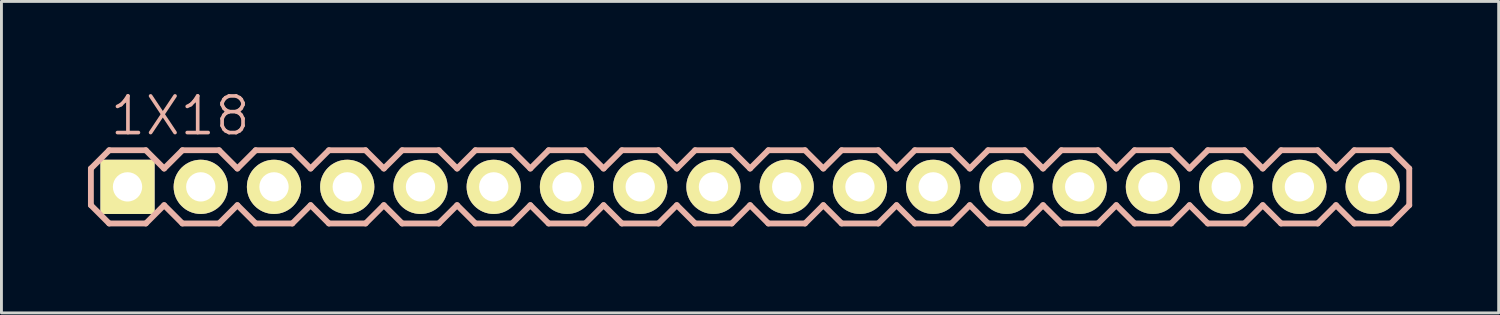
<source format=kicad_pcb>
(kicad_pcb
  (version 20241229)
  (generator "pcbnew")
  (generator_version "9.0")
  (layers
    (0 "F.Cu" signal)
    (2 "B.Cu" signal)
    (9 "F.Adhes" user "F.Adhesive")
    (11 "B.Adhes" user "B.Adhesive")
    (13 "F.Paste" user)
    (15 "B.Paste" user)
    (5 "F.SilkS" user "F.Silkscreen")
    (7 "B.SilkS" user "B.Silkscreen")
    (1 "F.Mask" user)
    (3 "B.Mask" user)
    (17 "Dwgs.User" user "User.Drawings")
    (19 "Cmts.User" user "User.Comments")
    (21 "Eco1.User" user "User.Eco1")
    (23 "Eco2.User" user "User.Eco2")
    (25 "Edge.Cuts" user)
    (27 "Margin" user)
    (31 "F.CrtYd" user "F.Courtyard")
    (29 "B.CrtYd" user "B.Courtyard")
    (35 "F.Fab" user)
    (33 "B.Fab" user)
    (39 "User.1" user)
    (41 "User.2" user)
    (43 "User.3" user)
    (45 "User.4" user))
  (footprint "1X18"
    (layer "F.Cu")
    (at 1.372 3.43)
    (property "Reference" "1X18" (at 1.829 -2.464 0) (layer "B.SilkS") (effects (font (size 1.27 1.27) (thickness 0.127))))
    (attr exclude_from_pos_files exclude_from_bom)
    (fp_line (start -0.254 -0.254) (end 0.254 -0.254) (stroke (width 0.066) (type solid)) (layer "F.SilkS"))
    (fp_line (start -0.254 0.254) (end -0.254 -0.254) (stroke (width 0.066) (type solid)) (layer "F.SilkS"))
    (fp_line (start -0.254 0.254) (end 0.254 0.254) (stroke (width 0.066) (type solid)) (layer "F.SilkS"))
    (fp_line (start 0.254 0.254) (end 0.254 -0.254) (stroke (width 0.066) (type solid)) (layer "F.SilkS"))
    (fp_line (start 2.286 -0.254) (end 2.794 -0.254) (stroke (width 0.066) (type solid)) (layer "F.SilkS"))
    (fp_line (start 2.286 0.254) (end 2.286 -0.254) (stroke (width 0.066) (type solid)) (layer "F.SilkS"))
    (fp_line (start 2.286 0.254) (end 2.794 0.254) (stroke (width 0.066) (type solid)) (layer "F.SilkS"))
    (fp_line (start 2.794 0.254) (end 2.794 -0.254) (stroke (width 0.066) (type solid)) (layer "F.SilkS"))
    (fp_line (start 4.826 -0.254) (end 5.334 -0.254) (stroke (width 0.066) (type solid)) (layer "F.SilkS"))
    (fp_line (start 4.826 0.254) (end 4.826 -0.254) (stroke (width 0.066) (type solid)) (layer "F.SilkS"))
    (fp_line (start 4.826 0.254) (end 5.334 0.254) (stroke (width 0.066) (type solid)) (layer "F.SilkS"))
    (fp_line (start 5.334 0.254) (end 5.334 -0.254) (stroke (width 0.066) (type solid)) (layer "F.SilkS"))
    (fp_line (start 7.366 -0.254) (end 7.874 -0.254) (stroke (width 0.066) (type solid)) (layer "F.SilkS"))
    (fp_line (start 7.366 0.254) (end 7.366 -0.254) (stroke (width 0.066) (type solid)) (layer "F.SilkS"))
    (fp_line (start 7.366 0.254) (end 7.874 0.254) (stroke (width 0.066) (type solid)) (layer "F.SilkS"))
    (fp_line (start 7.874 0.254) (end 7.874 -0.254) (stroke (width 0.066) (type solid)) (layer "F.SilkS"))
    (fp_line (start 9.906 -0.254) (end 10.414 -0.254) (stroke (width 0.066) (type solid)) (layer "F.SilkS"))
    (fp_line (start 9.906 0.254) (end 9.906 -0.254) (stroke (width 0.066) (type solid)) (layer "F.SilkS"))
    (fp_line (start 9.906 0.254) (end 10.414 0.254) (stroke (width 0.066) (type solid)) (layer "F.SilkS"))
    (fp_line (start 10.414 0.254) (end 10.414 -0.254) (stroke (width 0.066) (type solid)) (layer "F.SilkS"))
    (fp_line (start 12.446 -0.254) (end 12.954 -0.254) (stroke (width 0.066) (type solid)) (layer "F.SilkS"))
    (fp_line (start 12.446 0.254) (end 12.446 -0.254) (stroke (width 0.066) (type solid)) (layer "F.SilkS"))
    (fp_line (start 12.446 0.254) (end 12.954 0.254) (stroke (width 0.066) (type solid)) (layer "F.SilkS"))
    (fp_line (start 12.954 0.254) (end 12.954 -0.254) (stroke (width 0.066) (type solid)) (layer "F.SilkS"))
    (fp_line (start 14.986 -0.254) (end 15.494 -0.254) (stroke (width 0.066) (type solid)) (layer "F.SilkS"))
    (fp_line (start 14.986 0.254) (end 14.986 -0.254) (stroke (width 0.066) (type solid)) (layer "F.SilkS"))
    (fp_line (start 14.986 0.254) (end 15.494 0.254) (stroke (width 0.066) (type solid)) (layer "F.SilkS"))
    (fp_line (start 15.494 0.254) (end 15.494 -0.254) (stroke (width 0.066) (type solid)) (layer "F.SilkS"))
    (fp_line (start 17.523 -0.254) (end 18.034 -0.254) (stroke (width 0.066) (type solid)) (layer "F.SilkS"))
    (fp_line (start 17.523 0.254) (end 17.523 -0.254) (stroke (width 0.066) (type solid)) (layer "F.SilkS"))
    (fp_line (start 17.523 0.254) (end 18.034 0.254) (stroke (width 0.066) (type solid)) (layer "F.SilkS"))
    (fp_line (start 18.034 0.254) (end 18.034 -0.254) (stroke (width 0.066) (type solid)) (layer "F.SilkS"))
    (fp_line (start 20.066 -0.254) (end 20.574 -0.254) (stroke (width 0.066) (type solid)) (layer "F.SilkS"))
    (fp_line (start 20.066 0.254) (end 20.066 -0.254) (stroke (width 0.066) (type solid)) (layer "F.SilkS"))
    (fp_line (start 20.066 0.254) (end 20.574 0.254) (stroke (width 0.066) (type solid)) (layer "F.SilkS"))
    (fp_line (start 20.574 0.254) (end 20.574 -0.254) (stroke (width 0.066) (type solid)) (layer "F.SilkS"))
    (fp_line (start 22.606 -0.254) (end 23.114 -0.254) (stroke (width 0.066) (type solid)) (layer "F.SilkS"))
    (fp_line (start 22.606 0.254) (end 22.606 -0.254) (stroke (width 0.066) (type solid)) (layer "F.SilkS"))
    (fp_line (start 22.606 0.254) (end 23.114 0.254) (stroke (width 0.066) (type solid)) (layer "F.SilkS"))
    (fp_line (start 23.114 0.254) (end 23.114 -0.254) (stroke (width 0.066) (type solid)) (layer "F.SilkS"))
    (fp_line (start 25.146 -0.254) (end 25.654 -0.254) (stroke (width 0.066) (type solid)) (layer "F.SilkS"))
    (fp_line (start 25.146 0.254) (end 25.146 -0.254) (stroke (width 0.066) (type solid)) (layer "F.SilkS"))
    (fp_line (start 25.146 0.254) (end 25.654 0.254) (stroke (width 0.066) (type solid)) (layer "F.SilkS"))
    (fp_line (start 25.654 0.254) (end 25.654 -0.254) (stroke (width 0.066) (type solid)) (layer "F.SilkS"))
    (fp_line (start 27.686 -0.254) (end 28.194 -0.254) (stroke (width 0.066) (type solid)) (layer "F.SilkS"))
    (fp_line (start 27.686 0.254) (end 27.686 -0.254) (stroke (width 0.066) (type solid)) (layer "F.SilkS"))
    (fp_line (start 27.686 0.254) (end 28.194 0.254) (stroke (width 0.066) (type solid)) (layer "F.SilkS"))
    (fp_line (start 28.194 0.254) (end 28.194 -0.254) (stroke (width 0.066) (type solid)) (layer "F.SilkS"))
    (fp_line (start 30.226 -0.254) (end 30.734 -0.254) (stroke (width 0.066) (type solid)) (layer "F.SilkS"))
    (fp_line (start 30.226 0.254) (end 30.226 -0.254) (stroke (width 0.066) (type solid)) (layer "F.SilkS"))
    (fp_line (start 30.226 0.254) (end 30.734 0.254) (stroke (width 0.066) (type solid)) (layer "F.SilkS"))
    (fp_line (start 30.734 0.254) (end 30.734 -0.254) (stroke (width 0.066) (type solid)) (layer "F.SilkS"))
    (fp_line (start 32.766 -0.254) (end 33.274 -0.254) (stroke (width 0.066) (type solid)) (layer "F.SilkS"))
    (fp_line (start 32.766 0.254) (end 32.766 -0.254) (stroke (width 0.066) (type solid)) (layer "F.SilkS"))
    (fp_line (start 32.766 0.254) (end 33.274 0.254) (stroke (width 0.066) (type solid)) (layer "F.SilkS"))
    (fp_line (start 33.274 0.254) (end 33.274 -0.254) (stroke (width 0.066) (type solid)) (layer "F.SilkS"))
    (fp_line (start 35.303 -0.254) (end 35.814 -0.254) (stroke (width 0.066) (type solid)) (layer "F.SilkS"))
    (fp_line (start 35.303 0.254) (end 35.303 -0.254) (stroke (width 0.066) (type solid)) (layer "F.SilkS"))
    (fp_line (start 35.303 0.254) (end 35.814 0.254) (stroke (width 0.066) (type solid)) (layer "F.SilkS"))
    (fp_line (start 35.814 0.254) (end 35.814 -0.254) (stroke (width 0.066) (type solid)) (layer "F.SilkS"))
    (fp_line (start 37.846 -0.254) (end 38.354 -0.254) (stroke (width 0.066) (type solid)) (layer "F.SilkS"))
    (fp_line (start 37.846 0.254) (end 37.846 -0.254) (stroke (width 0.066) (type solid)) (layer "F.SilkS"))
    (fp_line (start 37.846 0.254) (end 38.354 0.254) (stroke (width 0.066) (type solid)) (layer "F.SilkS"))
    (fp_line (start 38.354 0.254) (end 38.354 -0.254) (stroke (width 0.066) (type solid)) (layer "F.SilkS"))
    (fp_line (start 40.386 -0.254) (end 40.894 -0.254) (stroke (width 0.066) (type solid)) (layer "F.SilkS"))
    (fp_line (start 40.386 0.254) (end 40.386 -0.254) (stroke (width 0.066) (type solid)) (layer "F.SilkS"))
    (fp_line (start 40.386 0.254) (end 40.894 0.254) (stroke (width 0.066) (type solid)) (layer "F.SilkS"))
    (fp_line (start 40.894 0.254) (end 40.894 -0.254) (stroke (width 0.066) (type solid)) (layer "F.SilkS"))
    (fp_line (start 42.926 -0.254) (end 43.434 -0.254) (stroke (width 0.066) (type solid)) (layer "F.SilkS"))
    (fp_line (start 42.926 0.254) (end 42.926 -0.254) (stroke (width 0.066) (type solid)) (layer "F.SilkS"))
    (fp_line (start 42.926 0.254) (end 43.434 0.254) (stroke (width 0.066) (type solid)) (layer "F.SilkS"))
    (fp_line (start 43.434 0.254) (end 43.434 -0.254) (stroke (width 0.066) (type solid)) (layer "F.SilkS"))
    (fp_line (start -1.27 -0.635) (end -1.27 0.635) (stroke (width 0.203) (type solid)) (layer "B.SilkS"))
    (fp_line (start -1.27 0.635) (end -0.635 1.27) (stroke (width 0.203) (type solid)) (layer "B.SilkS"))
    (fp_line (start -0.635 -1.27) (end -1.27 -0.635) (stroke (width 0.203) (type solid)) (layer "B.SilkS"))
    (fp_line (start -0.635 -1.27) (end 0.635 -1.27) (stroke (width 0.203) (type solid)) (layer "B.SilkS"))
    (fp_line (start 0.635 -1.27) (end 1.27 -0.635) (stroke (width 0.203) (type solid)) (layer "B.SilkS"))
    (fp_line (start 0.635 1.27) (end -0.635 1.27) (stroke (width 0.203) (type solid)) (layer "B.SilkS"))
    (fp_line (start 1.27 -0.635) (end 1.905 -1.27) (stroke (width 0.203) (type solid)) (layer "B.SilkS"))
    (fp_line (start 1.27 0.635) (end 0.635 1.27) (stroke (width 0.203) (type solid)) (layer "B.SilkS"))
    (fp_line (start 1.905 -1.27) (end 3.175 -1.27) (stroke (width 0.203) (type solid)) (layer "B.SilkS"))
    (fp_line (start 1.905 1.27) (end 1.27 0.635) (stroke (width 0.203) (type solid)) (layer "B.SilkS"))
    (fp_line (start 3.175 -1.27) (end 3.81 -0.635) (stroke (width 0.203) (type solid)) (layer "B.SilkS"))
    (fp_line (start 3.175 1.27) (end 1.905 1.27) (stroke (width 0.203) (type solid)) (layer "B.SilkS"))
    (fp_line (start 3.81 -0.635) (end 4.445 -1.27) (stroke (width 0.203) (type solid)) (layer "B.SilkS"))
    (fp_line (start 3.81 0.635) (end 3.175 1.27) (stroke (width 0.203) (type solid)) (layer "B.SilkS"))
    (fp_line (start 4.445 -1.27) (end 5.715 -1.27) (stroke (width 0.203) (type solid)) (layer "B.SilkS"))
    (fp_line (start 4.445 1.27) (end 3.81 0.635) (stroke (width 0.203) (type solid)) (layer "B.SilkS"))
    (fp_line (start 5.715 -1.27) (end 6.35 -0.635) (stroke (width 0.203) (type solid)) (layer "B.SilkS"))
    (fp_line (start 5.715 1.27) (end 4.445 1.27) (stroke (width 0.203) (type solid)) (layer "B.SilkS"))
    (fp_line (start 6.35 0.635) (end 5.715 1.27) (stroke (width 0.203) (type solid)) (layer "B.SilkS"))
    (fp_line (start 6.35 0.635) (end 6.985 1.27) (stroke (width 0.203) (type solid)) (layer "B.SilkS"))
    (fp_line (start 6.985 -1.27) (end 6.35 -0.635) (stroke (width 0.203) (type solid)) (layer "B.SilkS"))
    (fp_line (start 6.985 -1.27) (end 8.255 -1.27) (stroke (width 0.203) (type solid)) (layer "B.SilkS"))
    (fp_line (start 8.255 -1.27) (end 8.89 -0.635) (stroke (width 0.203) (type solid)) (layer "B.SilkS"))
    (fp_line (start 8.255 1.27) (end 6.985 1.27) (stroke (width 0.203) (type solid)) (layer "B.SilkS"))
    (fp_line (start 8.89 -0.635) (end 9.525 -1.27) (stroke (width 0.203) (type solid)) (layer "B.SilkS"))
    (fp_line (start 8.89 0.635) (end 8.255 1.27) (stroke (width 0.203) (type solid)) (layer "B.SilkS"))
    (fp_line (start 9.525 -1.27) (end 10.795 -1.27) (stroke (width 0.203) (type solid)) (layer "B.SilkS"))
    (fp_line (start 9.525 1.27) (end 8.89 0.635) (stroke (width 0.203) (type solid)) (layer "B.SilkS"))
    (fp_line (start 10.795 -1.27) (end 11.43 -0.635) (stroke (width 0.203) (type solid)) (layer "B.SilkS"))
    (fp_line (start 10.795 1.27) (end 9.525 1.27) (stroke (width 0.203) (type solid)) (layer "B.SilkS"))
    (fp_line (start 11.43 -0.635) (end 12.065 -1.27) (stroke (width 0.203) (type solid)) (layer "B.SilkS"))
    (fp_line (start 11.43 0.635) (end 10.795 1.27) (stroke (width 0.203) (type solid)) (layer "B.SilkS"))
    (fp_line (start 12.065 -1.27) (end 13.335 -1.27) (stroke (width 0.203) (type solid)) (layer "B.SilkS"))
    (fp_line (start 12.065 1.27) (end 11.43 0.635) (stroke (width 0.203) (type solid)) (layer "B.SilkS"))
    (fp_line (start 13.335 -1.27) (end 13.97 -0.635) (stroke (width 0.203) (type solid)) (layer "B.SilkS"))
    (fp_line (start 13.335 1.27) (end 12.065 1.27) (stroke (width 0.203) (type solid)) (layer "B.SilkS"))
    (fp_line (start 13.97 0.635) (end 13.335 1.27) (stroke (width 0.203) (type solid)) (layer "B.SilkS"))
    (fp_line (start 13.97 0.635) (end 14.605 1.27) (stroke (width 0.203) (type solid)) (layer "B.SilkS"))
    (fp_line (start 14.605 -1.27) (end 13.97 -0.635) (stroke (width 0.203) (type solid)) (layer "B.SilkS"))
    (fp_line (start 14.605 -1.27) (end 15.875 -1.27) (stroke (width 0.203) (type solid)) (layer "B.SilkS"))
    (fp_line (start 15.875 -1.27) (end 16.51 -0.635) (stroke (width 0.203) (type solid)) (layer "B.SilkS"))
    (fp_line (start 15.875 1.27) (end 14.605 1.27) (stroke (width 0.203) (type solid)) (layer "B.SilkS"))
    (fp_line (start 16.51 0.635) (end 15.875 1.27) (stroke (width 0.203) (type solid)) (layer "B.SilkS"))
    (fp_line (start 16.51 0.635) (end 17.145 1.27) (stroke (width 0.203) (type solid)) (layer "B.SilkS"))
    (fp_line (start 17.145 -1.27) (end 16.51 -0.635) (stroke (width 0.203) (type solid)) (layer "B.SilkS"))
    (fp_line (start 17.145 -1.27) (end 18.415 -1.27) (stroke (width 0.203) (type solid)) (layer "B.SilkS"))
    (fp_line (start 18.415 -1.27) (end 19.05 -0.635) (stroke (width 0.203) (type solid)) (layer "B.SilkS"))
    (fp_line (start 18.415 1.27) (end 17.145 1.27) (stroke (width 0.203) (type solid)) (layer "B.SilkS"))
    (fp_line (start 19.05 -0.635) (end 19.685 -1.27) (stroke (width 0.203) (type solid)) (layer "B.SilkS"))
    (fp_line (start 19.05 0.635) (end 18.415 1.27) (stroke (width 0.203) (type solid)) (layer "B.SilkS"))
    (fp_line (start 19.685 -1.27) (end 20.955 -1.27) (stroke (width 0.203) (type solid)) (layer "B.SilkS"))
    (fp_line (start 19.685 1.27) (end 19.05 0.635) (stroke (width 0.203) (type solid)) (layer "B.SilkS"))
    (fp_line (start 20.955 -1.27) (end 21.59 -0.635) (stroke (width 0.203) (type solid)) (layer "B.SilkS"))
    (fp_line (start 20.955 1.27) (end 19.685 1.27) (stroke (width 0.203) (type solid)) (layer "B.SilkS"))
    (fp_line (start 21.59 -0.635) (end 22.225 -1.27) (stroke (width 0.203) (type solid)) (layer "B.SilkS"))
    (fp_line (start 21.59 0.635) (end 20.955 1.27) (stroke (width 0.203) (type solid)) (layer "B.SilkS"))
    (fp_line (start 22.225 -1.27) (end 23.495 -1.27) (stroke (width 0.203) (type solid)) (layer "B.SilkS"))
    (fp_line (start 22.225 1.27) (end 21.59 0.635) (stroke (width 0.203) (type solid)) (layer "B.SilkS"))
    (fp_line (start 23.495 -1.27) (end 24.13 -0.635) (stroke (width 0.203) (type solid)) (layer "B.SilkS"))
    (fp_line (start 23.495 1.27) (end 22.225 1.27) (stroke (width 0.203) (type solid)) (layer "B.SilkS"))
    (fp_line (start 24.13 0.635) (end 23.495 1.27) (stroke (width 0.203) (type solid)) (layer "B.SilkS"))
    (fp_line (start 24.13 0.635) (end 24.765 1.27) (stroke (width 0.203) (type solid)) (layer "B.SilkS"))
    (fp_line (start 24.765 -1.27) (end 24.13 -0.635) (stroke (width 0.203) (type solid)) (layer "B.SilkS"))
    (fp_line (start 24.765 -1.27) (end 26.035 -1.27) (stroke (width 0.203) (type solid)) (layer "B.SilkS"))
    (fp_line (start 26.035 -1.27) (end 26.67 -0.635) (stroke (width 0.203) (type solid)) (layer "B.SilkS"))
    (fp_line (start 26.035 1.27) (end 24.765 1.27) (stroke (width 0.203) (type solid)) (layer "B.SilkS"))
    (fp_line (start 26.67 -0.635) (end 27.305 -1.27) (stroke (width 0.203) (type solid)) (layer "B.SilkS"))
    (fp_line (start 26.67 0.635) (end 26.035 1.27) (stroke (width 0.203) (type solid)) (layer "B.SilkS"))
    (fp_line (start 27.305 -1.27) (end 28.575 -1.27) (stroke (width 0.203) (type solid)) (layer "B.SilkS"))
    (fp_line (start 27.305 1.27) (end 26.67 0.635) (stroke (width 0.203) (type solid)) (layer "B.SilkS"))
    (fp_line (start 28.575 -1.27) (end 29.21 -0.635) (stroke (width 0.203) (type solid)) (layer "B.SilkS"))
    (fp_line (start 28.575 1.27) (end 27.305 1.27) (stroke (width 0.203) (type solid)) (layer "B.SilkS"))
    (fp_line (start 29.21 -0.635) (end 29.845 -1.27) (stroke (width 0.203) (type solid)) (layer "B.SilkS"))
    (fp_line (start 29.21 0.635) (end 28.575 1.27) (stroke (width 0.203) (type solid)) (layer "B.SilkS"))
    (fp_line (start 29.845 -1.27) (end 31.115 -1.27) (stroke (width 0.203) (type solid)) (layer "B.SilkS"))
    (fp_line (start 29.845 1.27) (end 29.21 0.635) (stroke (width 0.203) (type solid)) (layer "B.SilkS"))
    (fp_line (start 31.115 -1.27) (end 31.75 -0.635) (stroke (width 0.203) (type solid)) (layer "B.SilkS"))
    (fp_line (start 31.115 1.27) (end 29.845 1.27) (stroke (width 0.203) (type solid)) (layer "B.SilkS"))
    (fp_line (start 31.75 0.635) (end 31.115 1.27) (stroke (width 0.203) (type solid)) (layer "B.SilkS"))
    (fp_line (start 31.75 0.635) (end 32.385 1.27) (stroke (width 0.203) (type solid)) (layer "B.SilkS"))
    (fp_line (start 32.385 -1.27) (end 31.75 -0.635) (stroke (width 0.203) (type solid)) (layer "B.SilkS"))
    (fp_line (start 32.385 -1.27) (end 33.655 -1.27) (stroke (width 0.203) (type solid)) (layer "B.SilkS"))
    (fp_line (start 33.655 -1.27) (end 34.29 -0.635) (stroke (width 0.203) (type solid)) (layer "B.SilkS"))
    (fp_line (start 33.655 1.27) (end 32.385 1.27) (stroke (width 0.203) (type solid)) (layer "B.SilkS"))
    (fp_line (start 34.29 0.635) (end 33.655 1.27) (stroke (width 0.203) (type solid)) (layer "B.SilkS"))
    (fp_line (start 34.29 0.635) (end 34.925 1.27) (stroke (width 0.203) (type solid)) (layer "B.SilkS"))
    (fp_line (start 34.925 -1.27) (end 34.29 -0.635) (stroke (width 0.203) (type solid)) (layer "B.SilkS"))
    (fp_line (start 34.925 -1.27) (end 36.195 -1.27) (stroke (width 0.203) (type solid)) (layer "B.SilkS"))
    (fp_line (start 36.195 -1.27) (end 36.83 -0.635) (stroke (width 0.203) (type solid)) (layer "B.SilkS"))
    (fp_line (start 36.195 1.27) (end 34.925 1.27) (stroke (width 0.203) (type solid)) (layer "B.SilkS"))
    (fp_line (start 36.83 0.635) (end 36.195 1.27) (stroke (width 0.203) (type solid)) (layer "B.SilkS"))
    (fp_line (start 36.83 0.635) (end 37.465 1.27) (stroke (width 0.203) (type solid)) (layer "B.SilkS"))
    (fp_line (start 37.465 -1.27) (end 36.83 -0.635) (stroke (width 0.203) (type solid)) (layer "B.SilkS"))
    (fp_line (start 37.465 -1.27) (end 38.735 -1.27) (stroke (width 0.203) (type solid)) (layer "B.SilkS"))
    (fp_line (start 38.735 -1.27) (end 39.37 -0.635) (stroke (width 0.203) (type solid)) (layer "B.SilkS"))
    (fp_line (start 38.735 1.27) (end 37.465 1.27) (stroke (width 0.203) (type solid)) (layer "B.SilkS"))
    (fp_line (start 39.37 0.635) (end 38.735 1.27) (stroke (width 0.203) (type solid)) (layer "B.SilkS"))
    (fp_line (start 39.37 0.635) (end 40.005 1.27) (stroke (width 0.203) (type solid)) (layer "B.SilkS"))
    (fp_line (start 40.005 -1.27) (end 39.37 -0.635) (stroke (width 0.203) (type solid)) (layer "B.SilkS"))
    (fp_line (start 40.005 -1.27) (end 41.275 -1.27) (stroke (width 0.203) (type solid)) (layer "B.SilkS"))
    (fp_line (start 41.275 -1.27) (end 41.91 -0.635) (stroke (width 0.203) (type solid)) (layer "B.SilkS"))
    (fp_line (start 41.275 1.27) (end 40.005 1.27) (stroke (width 0.203) (type solid)) (layer "B.SilkS"))
    (fp_line (start 41.91 0.635) (end 41.275 1.27) (stroke (width 0.203) (type solid)) (layer "B.SilkS"))
    (fp_line (start 41.91 0.635) (end 42.545 1.27) (stroke (width 0.203) (type solid)) (layer "B.SilkS"))
    (fp_line (start 42.545 -1.27) (end 41.91 -0.635) (stroke (width 0.203) (type solid)) (layer "B.SilkS"))
    (fp_line (start 42.545 -1.27) (end 43.815 -1.27) (stroke (width 0.203) (type solid)) (layer "B.SilkS"))
    (fp_line (start 43.815 -1.27) (end 44.45 -0.635) (stroke (width 0.203) (type solid)) (layer "B.SilkS"))
    (fp_line (start 43.815 1.27) (end 42.545 1.27) (stroke (width 0.203) (type solid)) (layer "B.SilkS"))
    (fp_line (start 44.45 -0.635) (end 44.45 0.635) (stroke (width 0.203) (type solid)) (layer "B.SilkS"))
    (fp_line (start 44.45 0.635) (end 43.815 1.27) (stroke (width 0.203) (type solid)) (layer "B.SilkS"))
    (pad "1" thru_hole rect (at 0 0) (size 1.88 1.88) (drill 1.016) (layers "*.Cu" "F.Mask" "F.SilkS" "F.Paste"))
    (pad "2" thru_hole circle (at 2.54 0) (size 1.88 1.88) (drill 1.016) (layers "*.Cu" "F.Mask" "F.SilkS" "F.Paste"))
    (pad "3" thru_hole circle (at 5.08 0) (size 1.88 1.88) (drill 1.016) (layers "*.Cu" "F.Mask" "F.SilkS" "F.Paste"))
    (pad "4" thru_hole circle (at 7.62 0) (size 1.88 1.88) (drill 1.016) (layers "*.Cu" "F.Mask" "F.SilkS" "F.Paste"))
    (pad "5" thru_hole circle (at 10.16 0) (size 1.88 1.88) (drill 1.016) (layers "*.Cu" "F.Mask" "F.SilkS" "F.Paste"))
    (pad "6" thru_hole circle (at 12.7 0) (size 1.88 1.88) (drill 1.016) (layers "*.Cu" "F.Mask" "F.SilkS" "F.Paste"))
    (pad "7" thru_hole circle (at 15.24 0) (size 1.88 1.88) (drill 1.016) (layers "*.Cu" "F.Mask" "F.SilkS" "F.Paste"))
    (pad "8" thru_hole circle (at 17.78 0) (size 1.88 1.88) (drill 1.016) (layers "*.Cu" "F.Mask" "F.SilkS" "F.Paste"))
    (pad "9" thru_hole circle (at 20.32 0) (size 1.88 1.88) (drill 1.016) (layers "*.Cu" "F.Mask" "F.SilkS" "F.Paste"))
    (pad "10" thru_hole circle (at 22.86 0) (size 1.88 1.88) (drill 1.016) (layers "*.Cu" "F.Mask" "F.SilkS" "F.Paste"))
    (pad "11" thru_hole circle (at 25.4 0) (size 1.88 1.88) (drill 1.016) (layers "*.Cu" "F.Mask" "F.SilkS" "F.Paste"))
    (pad "12" thru_hole circle (at 27.94 0) (size 1.88 1.88) (drill 1.016) (layers "*.Cu" "F.Mask" "F.SilkS" "F.Paste"))
    (pad "13" thru_hole circle (at 30.48 0) (size 1.88 1.88) (drill 1.016) (layers "*.Cu" "F.Mask" "F.SilkS" "F.Paste"))
    (pad "14" thru_hole circle (at 33.02 0) (size 1.88 1.88) (drill 1.016) (layers "*.Cu" "F.Mask" "F.SilkS" "F.Paste"))
    (pad "15" thru_hole circle (at 35.56 0) (size 1.88 1.88) (drill 1.016) (layers "*.Cu" "F.Mask" "F.SilkS" "F.Paste"))
    (pad "16" thru_hole circle (at 38.1 0) (size 1.88 1.88) (drill 1.016) (layers "*.Cu" "F.Mask" "F.SilkS" "F.Paste"))
    (pad "17" thru_hole circle (at 40.64 0) (size 1.88 1.88) (drill 1.016) (layers "*.Cu" "F.Mask" "F.SilkS" "F.Paste"))
    (pad "18" thru_hole circle (at 43.18 0) (size 1.88 1.88) (drill 1.016) (layers "*.Cu" "F.Mask" "F.SilkS" "F.Paste")))
  (gr_rect
    (start -3 -3)
    (end 48.923 7.801)
    (stroke (width 0.1) (type default))
    (fill no)
    (layer "Edge.Cuts")))
</source>
